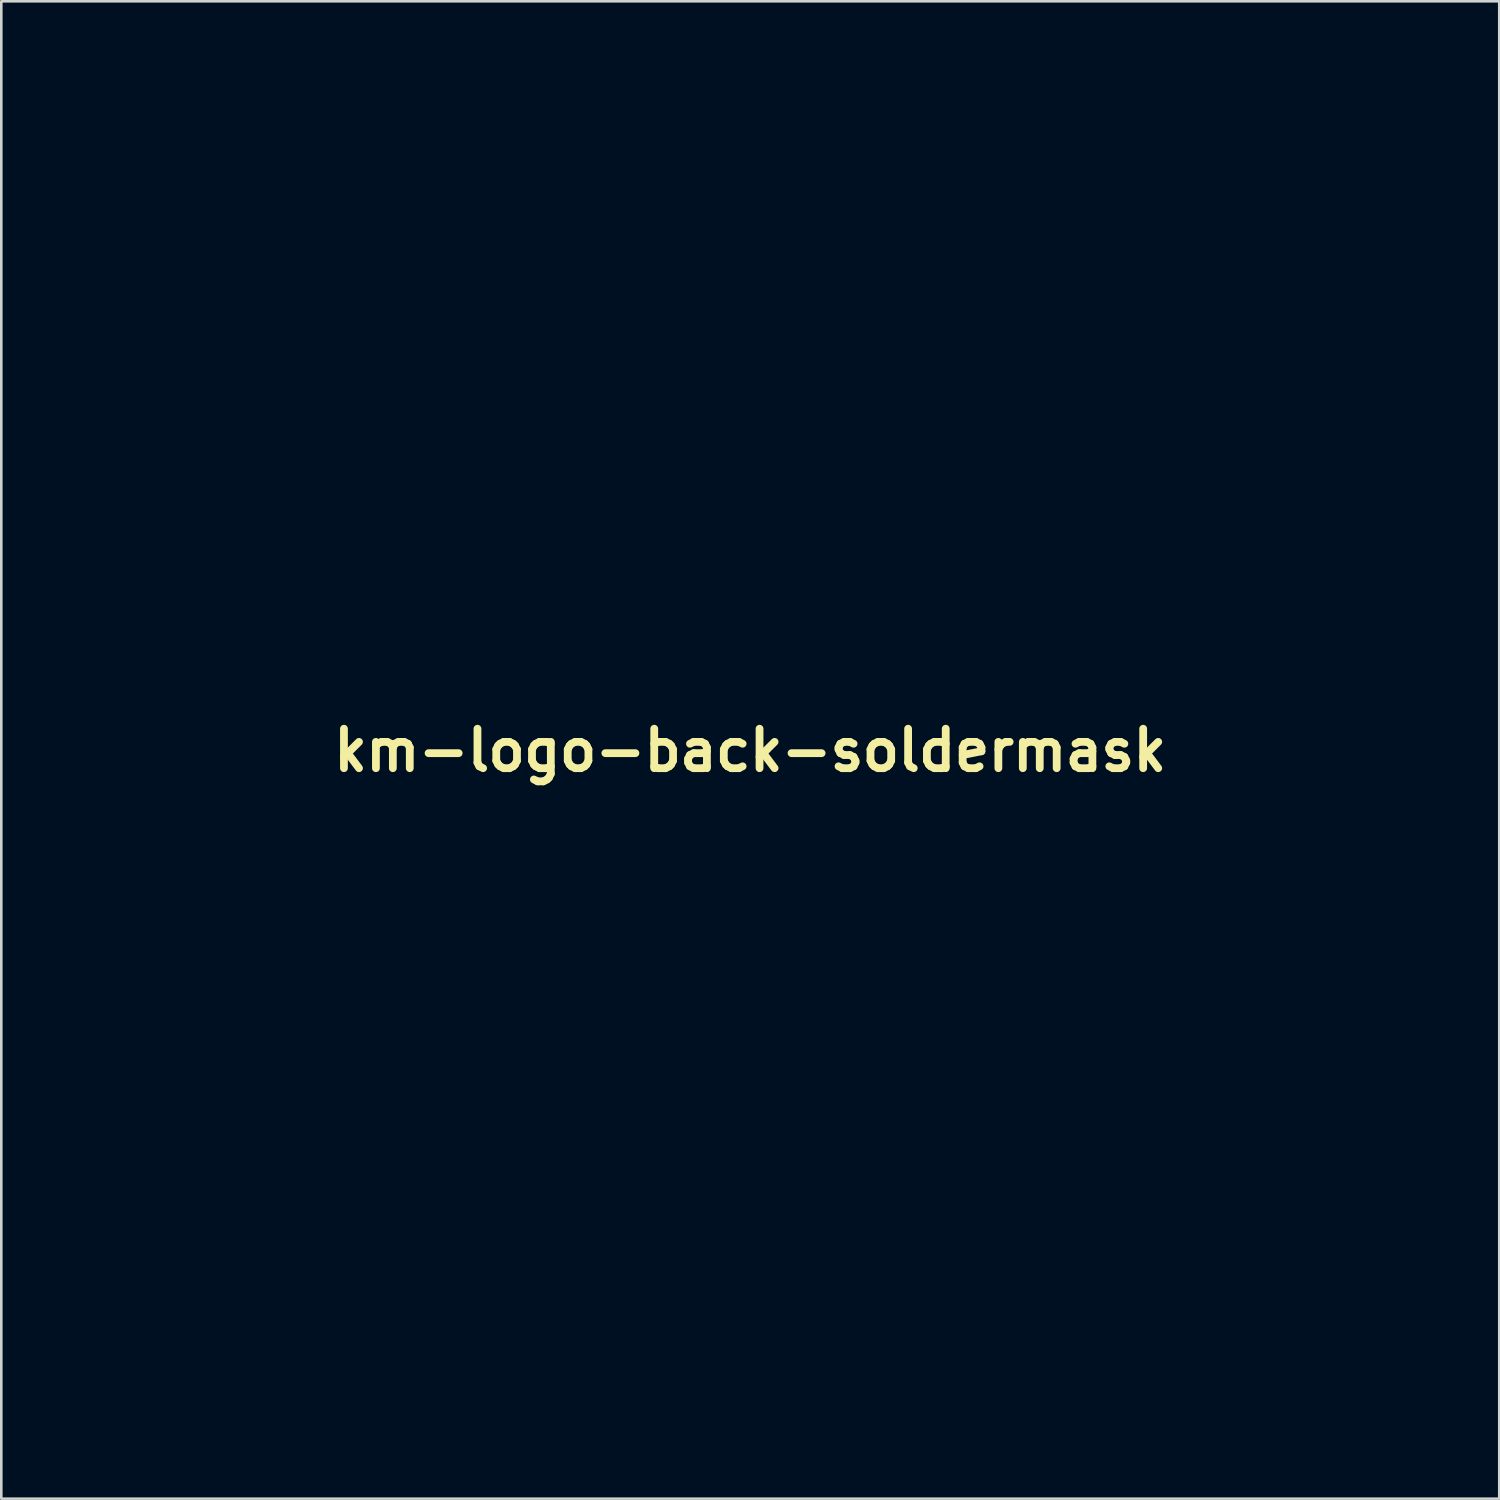
<source format=kicad_pcb>
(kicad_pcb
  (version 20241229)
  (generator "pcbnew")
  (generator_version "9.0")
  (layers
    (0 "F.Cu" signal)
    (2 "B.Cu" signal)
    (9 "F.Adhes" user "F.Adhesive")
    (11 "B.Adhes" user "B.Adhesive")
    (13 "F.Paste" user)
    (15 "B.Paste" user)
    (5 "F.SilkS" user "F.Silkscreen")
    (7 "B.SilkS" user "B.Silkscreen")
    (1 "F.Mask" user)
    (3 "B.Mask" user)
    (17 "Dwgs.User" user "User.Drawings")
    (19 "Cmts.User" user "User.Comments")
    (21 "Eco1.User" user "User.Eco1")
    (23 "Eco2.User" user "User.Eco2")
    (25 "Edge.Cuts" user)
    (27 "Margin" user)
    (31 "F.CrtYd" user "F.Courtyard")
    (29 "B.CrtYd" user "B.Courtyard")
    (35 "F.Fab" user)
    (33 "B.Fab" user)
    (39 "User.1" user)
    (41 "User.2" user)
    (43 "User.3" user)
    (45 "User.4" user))
  (footprint "km-logo-back-soldermask"
    (layer "F.Cu")
    (at 25.899 25.906)
    (property "Reference" "km-logo-back-soldermask" (at 0 0 0) (layer "F.SilkS") (effects (font (size 1.524 1.524) (thickness 0.3))))
    (attr through_hole)
    (fp_poly (pts (xy 17.992 -10.353) (xy 18.012 -6.891) (xy 18.032 -3.429) (xy 17.208 -2.963) (xy 16.809 -2.737) (xy 16.404 -2.507) (xy 16.051 -2.306) (xy 15.886 -2.211) (xy 15.387 -1.925) (xy 15.441 -2.465) (xy 15.461 -2.759) (xy 15.479 -3.174) (xy 15.493 -3.664) (xy 15.503 -4.181) (xy 15.507 -4.678) (xy 15.504 -5.106) (xy 15.501 -5.261) (xy 15.439 -5.459) (xy 15.3 -5.552) (xy 15.135 -5.513) (xy 15.095 -5.48) (xy 15.034 -5.352) (xy 14.974 -5.088) (xy 14.915 -4.68) (xy 14.855 -4.122) (xy 14.794 -3.404) (xy 14.771 -3.107) (xy 14.741 -2.78) (xy 14.706 -2.532) (xy 14.672 -2.399) (xy 14.659 -2.387) (xy 14.568 -2.432) (xy 14.352 -2.541) (xy 14.035 -2.7) (xy 13.645 -2.898) (xy 13.276 -3.085) (xy 12.788 -3.33) (xy 12.427 -3.503) (xy 12.172 -3.613) (xy 12 -3.668) (xy 11.89 -3.677) (xy 11.82 -3.648) (xy 11.817 -3.646) (xy 11.718 -3.544) (xy 11.68 -3.44) (xy 11.717 -3.325) (xy 11.841 -3.188) (xy 12.063 -3.02) (xy 12.396 -2.809) (xy 12.853 -2.546) (xy 13.445 -2.22) (xy 13.652 -2.108) (xy 14.018 -1.907) (xy 14.323 -1.733) (xy 14.54 -1.603) (xy 14.64 -1.532) (xy 14.644 -1.526) (xy 14.573 -1.467) (xy 14.382 -1.344) (xy 14.1 -1.176) (xy 13.758 -0.977) (xy 13.385 -0.765) (xy 13.01 -0.557) (xy 12.663 -0.368) (xy 12.373 -0.216) (xy 12.171 -0.118) (xy 12.088 -0.089) (xy 11.994 -0.131) (xy 11.769 -0.25) (xy 11.432 -0.436) (xy 10.997 -0.681) (xy 10.482 -0.974) (xy 9.902 -1.308) (xy 9.275 -1.672) (xy 9.102 -1.773) (xy 6.223 -3.452) (xy 6.201 -6.924) (xy 6.179 -10.396) (xy 7.44 -11.125) (xy 7.858 -11.364) (xy 8.226 -11.569) (xy 8.518 -11.729) (xy 8.71 -11.827) (xy 8.775 -11.853) (xy 8.855 -11.785) (xy 8.977 -11.612) (xy 9.048 -11.493) (xy 9.253 -11.138) (xy 9.477 -10.775) (xy 9.699 -10.436) (xy 9.898 -10.151) (xy 10.052 -9.951) (xy 10.139 -9.868) (xy 10.335 -9.863) (xy 10.47 -9.984) (xy 10.496 -10.106) (xy 10.451 -10.279) (xy 10.327 -10.571) (xy 10.135 -10.957) (xy 9.887 -11.414) (xy 9.627 -11.863) (xy 9.396 -12.253) (xy 10.392 -12.827) (xy 10.794 -13.058) (xy 11.174 -13.278) (xy 11.494 -13.462) (xy 11.711 -13.587) (xy 11.728 -13.597) (xy 12.067 -13.793) (xy 17.992 -10.353)) (stroke (width 0.01) (type solid)) (fill yes) (layer "B.Mask"))
    (fp_poly (pts (xy -6.088 -25.906) (xy -4.111 -25.905) (xy -1.976 -25.905) (xy 0 -25.905) (xy 2.276 -25.905) (xy 4.388 -25.905) (xy 6.344 -25.906) (xy 8.15 -25.906) (xy 9.812 -25.905) (xy 11.336 -25.904) (xy 12.728 -25.903) (xy 13.996 -25.901) (xy 15.144 -25.898) (xy 16.181 -25.893) (xy 17.111 -25.888) (xy 17.942 -25.881) (xy 18.679 -25.872) (xy 19.329 -25.862) (xy 19.898 -25.85) (xy 20.393 -25.835) (xy 20.82 -25.819) (xy 21.184 -25.8) (xy 21.494 -25.779) (xy 21.754 -25.755) (xy 21.972 -25.729) (xy 22.153 -25.699) (xy 22.304 -25.666) (xy 22.431 -25.63) (xy 22.54 -25.591) (xy 22.638 -25.548) (xy 22.732 -25.501) (xy 22.827 -25.451) (xy 22.929 -25.396) (xy 23.029 -25.346) (xy 23.422 -25.128) (xy 23.789 -24.863) (xy 24.18 -24.512) (xy 24.345 -24.35) (xy 24.865 -23.772) (xy 25.254 -23.205) (xy 25.541 -22.599) (xy 25.741 -21.963) (xy 25.758 -21.891) (xy 25.775 -21.816) (xy 25.79 -21.73) (xy 25.804 -21.627) (xy 25.816 -21.501) (xy 25.828 -21.345) (xy 25.839 -21.153) (xy 25.848 -20.919) (xy 25.857 -20.637) (xy 25.865 -20.299) (xy 25.872 -19.9) (xy 25.878 -19.434) (xy 25.884 -18.893) (xy 25.888 -18.272) (xy 25.892 -17.564) (xy 25.896 -16.763) (xy 25.899 -15.862) (xy 25.901 -14.856) (xy 25.903 -13.738) (xy 25.905 -12.501) (xy 25.906 -11.139) (xy 25.907 -9.646) (xy 25.907 -8.015) (xy 25.908 -6.24) (xy 25.908 -4.315) (xy 25.908 -2.234) (xy 25.908 0) (xy 25.908 2.244) (xy 25.908 4.324) (xy 25.908 6.248) (xy 25.907 8.022) (xy 25.907 9.651) (xy 25.906 11.144) (xy 25.905 12.505) (xy 25.903 13.741) (xy 25.901 14.858) (xy 25.899 15.864) (xy 25.896 16.764) (xy 25.893 17.564) (xy 25.889 18.271) (xy 25.884 18.892) (xy 25.878 19.432) (xy 25.872 19.899) (xy 25.865 20.297) (xy 25.858 20.635) (xy 25.849 20.917) (xy 25.839 21.151) (xy 25.828 21.343) (xy 25.817 21.499) (xy 25.804 21.625) (xy 25.79 21.728) (xy 25.775 21.815) (xy 25.758 21.891) (xy 25.741 21.963) (xy 25.738 21.972) (xy 25.431 22.868) (xy 24.992 23.659) (xy 24.419 24.348) (xy 23.712 24.938) (xy 22.867 25.429) (xy 22.271 25.686) (xy 21.802 25.866) (xy 0.212 25.878) (xy -1.693 25.879) (xy -3.555 25.879) (xy -5.368 25.879) (xy -7.124 25.878) (xy -8.815 25.877) (xy -10.436 25.875) (xy -11.978 25.873) (xy -13.434 25.871) (xy -14.796 25.868) (xy -16.059 25.864) (xy -17.214 25.86) (xy -18.254 25.856) (xy -19.172 25.852) (xy -19.961 25.847) (xy -20.613 25.842) (xy -21.122 25.837) (xy -21.479 25.831) (xy -21.678 25.825) (xy -21.717 25.822) (xy -22.576 25.564) (xy -23.376 25.158) (xy -24.101 24.619) (xy -24.732 23.964) (xy -25.252 23.208) (xy -25.642 22.368) (xy -25.677 22.267) (xy -25.866 21.717) (xy -25.888 0.274) (xy -25.89 -2.016) (xy -25.893 -4.142) (xy -25.895 -6.113) (xy -25.896 -6.682) (xy -22.606 -6.682) (xy -22.606 -4.897) (xy -22.605 -3.274) (xy -22.604 -1.807) (xy -22.602 -0.489) (xy -22.599 0.687) (xy -22.595 1.727) (xy -22.591 2.638) (xy -22.586 3.427) (xy -22.58 4.101) (xy -22.573 4.666) (xy -22.565 5.129) (xy -22.556 5.497) (xy -22.546 5.776) (xy -22.534 5.974) (xy -22.521 6.097) (xy -22.507 6.151) (xy -22.5 6.155) (xy -22.411 6.106) (xy -22.187 5.98) (xy -21.841 5.783) (xy -21.386 5.522) (xy -20.833 5.205) (xy -20.195 4.838) (xy -19.485 4.43) (xy -18.715 3.986) (xy -17.897 3.513) (xy -17.484 3.275) (xy -12.573 0.438) (xy -12.516 -0.462) (xy -12.344 -1.888) (xy -12.013 -3.265) (xy -11.53 -4.583) (xy -10.902 -5.832) (xy -10.134 -7.002) (xy -9.235 -8.082) (xy -8.209 -9.063) (xy -7.063 -9.933) (xy -6.23 -10.45) (xy -5.344 -10.892) (xy -4.35 -11.281) (xy -3.304 -11.597) (xy -2.265 -11.82) (xy -2.032 -11.856) (xy -1.501 -11.91) (xy -0.861 -11.937) (xy -0.168 -11.94) (xy 0.523 -11.919) (xy 1.155 -11.875) (xy 1.651 -11.812) (xy 2.259 -11.684) (xy 2.943 -11.502) (xy 3.642 -11.285) (xy 4.295 -11.051) (xy 4.843 -10.82) (xy 4.853 -10.815) (xy 5.43 -10.541) (xy 3.117 -9.211) (xy 2.437 -8.816) (xy 1.866 -8.476) (xy 1.413 -8.196) (xy 1.085 -7.982) (xy 0.891 -7.838) (xy 0.837 -7.772) (xy 0.951 -7.35) (xy 0.993 -7.059) (xy 0.967 -6.873) (xy 0.934 -6.819) (xy 0.762 -6.702) (xy 0.559 -6.739) (xy 0.317 -6.933) (xy 0.223 -7.037) (xy -0.074 -7.384) (xy -1.752 -6.431) (xy -2.236 -6.155) (xy -2.671 -5.906) (xy -3.035 -5.695) (xy -3.307 -5.536) (xy -3.465 -5.441) (xy -3.494 -5.421) (xy -3.459 -5.345) (xy -3.348 -5.135) (xy -3.168 -4.806) (xy -2.927 -4.372) (xy -2.632 -3.846) (xy -2.292 -3.242) (xy -1.915 -2.574) (xy -1.508 -1.856) (xy -1.079 -1.101) (xy -0.636 -0.323) (xy -0.187 0.465) (xy 0.26 1.247) (xy 0.698 2.012) (xy 1.118 2.744) (xy 1.513 3.43) (xy 1.875 4.057) (xy 2.197 4.611) (xy 2.469 5.077) (xy 2.685 5.443) (xy 2.836 5.694) (xy 2.915 5.817) (xy 2.919 5.822) (xy 2.992 5.787) (xy 3.187 5.681) (xy 3.478 5.517) (xy 3.841 5.311) (xy 4.25 5.077) (xy 4.682 4.828) (xy 5.11 4.58) (xy 5.511 4.346) (xy 5.86 4.141) (xy 6.131 3.979) (xy 6.3 3.875) (xy 6.344 3.844) (xy 6.339 3.75) (xy 6.287 3.55) (xy 6.236 3.4) (xy 6.144 3.058) (xy 6.163 2.828) (xy 6.296 2.69) (xy 6.367 2.662) (xy 6.507 2.665) (xy 6.686 2.77) (xy 6.904 2.967) (xy 7.27 3.326) (xy 9.371 2.114) (xy 9.922 1.796) (xy 10.433 1.499) (xy 10.884 1.237) (xy 11.254 1.021) (xy 11.522 0.864) (xy 11.667 0.777) (xy 11.677 0.771) (xy 11.881 0.64) (xy 11.821 1.356) (xy 11.689 2.392) (xy 11.463 3.39) (xy 11.129 4.394) (xy 10.676 5.449) (xy 10.582 5.645) (xy 9.897 6.86) (xy 9.078 7.981) (xy 8.136 9) (xy 7.083 9.906) (xy 5.931 10.691) (xy 4.692 11.346) (xy 3.377 11.861) (xy 2.113 12.202) (xy 1.521 12.299) (xy 0.822 12.366) (xy 0.061 12.402) (xy -0.713 12.407) (xy -1.452 12.38) (xy -2.111 12.321) (xy -2.54 12.252) (xy -3.649 11.973) (xy -4.726 11.609) (xy -5.707 11.183) (xy -5.791 11.141) (xy -6.645 10.708) (xy -14.583 15.279) (xy -15.843 16.005) (xy -16.965 16.651) (xy -17.955 17.224) (xy -18.822 17.726) (xy -19.573 18.163) (xy -20.217 18.539) (xy -20.761 18.86) (xy -21.213 19.13) (xy -21.581 19.354) (xy -21.873 19.536) (xy -22.097 19.682) (xy -22.26 19.796) (xy -22.371 19.882) (xy -22.437 19.946) (xy -22.467 19.991) (xy -22.469 20.021) (xy -22.172 20.711) (xy -21.736 21.33) (xy -21.18 21.856) (xy -20.527 22.266) (xy -20.115 22.44) (xy -20.063 22.457) (xy -19.999 22.473) (xy -19.917 22.487) (xy -19.81 22.5) (xy -19.672 22.512) (xy -19.496 22.523) (xy -19.277 22.533) (xy -19.006 22.542) (xy -18.678 22.55) (xy -18.286 22.558) (xy -17.824 22.564) (xy -17.285 22.57) (xy -16.663 22.575) (xy -15.95 22.579) (xy -15.141 22.583) (xy -14.229 22.586) (xy -13.207 22.589) (xy -12.069 22.591) (xy -10.808 22.593) (xy -9.418 22.595) (xy -7.892 22.596) (xy -6.224 22.597) (xy -4.407 22.598) (xy -2.434 22.599) (xy -0.3 22.6) (xy -0.025 22.6) (xy 19.635 22.606) (xy 20.18 22.408) (xy 20.899 22.062) (xy 21.508 21.587) (xy 22 20.994) (xy 22.366 20.291) (xy 22.408 20.18) (xy 22.606 19.635) (xy 22.606 0.009) (xy 22.606 -2.142) (xy 22.606 -4.13) (xy 22.606 -5.962) (xy 22.605 -7.644) (xy 22.604 -9.184) (xy 22.603 -10.586) (xy 22.602 -11.859) (xy 22.6 -13.009) (xy 22.598 -14.042) (xy 22.595 -14.965) (xy 22.592 -15.784) (xy 22.588 -16.506) (xy 22.583 -17.137) (xy 22.578 -17.685) (xy 22.572 -18.155) (xy 22.565 -18.555) (xy 22.557 -18.89) (xy 22.548 -19.168) (xy 22.538 -19.395) (xy 22.527 -19.577) (xy 22.515 -19.722) (xy 22.502 -19.835) (xy 22.488 -19.923) (xy 22.473 -19.993) (xy 22.456 -20.052) (xy 22.445 -20.083) (xy 22.192 -20.667) (xy 21.847 -21.177) (xy 21.45 -21.598) (xy 21.015 -21.971) (xy 20.598 -22.234) (xy 20.136 -22.425) (xy 19.987 -22.471) (xy 19.925 -22.486) (xy 19.84 -22.5) (xy 19.725 -22.512) (xy 19.575 -22.524) (xy 19.382 -22.535) (xy 19.14 -22.544) (xy 18.843 -22.553) (xy 18.483 -22.561) (xy 18.056 -22.568) (xy 17.554 -22.575) (xy 16.97 -22.58) (xy 16.298 -22.585) (xy 15.533 -22.589) (xy 14.666 -22.593) (xy 13.693 -22.596) (xy 12.605 -22.599) (xy 11.398 -22.601) (xy 10.063 -22.603) (xy 8.596 -22.604) (xy 6.989 -22.605) (xy 5.236 -22.605) (xy 3.33 -22.606) (xy 1.266 -22.606) (xy -0.018 -22.606) (xy -2.163 -22.606) (xy -4.144 -22.606) (xy -5.97 -22.606) (xy -7.646 -22.605) (xy -9.18 -22.605) (xy -10.577 -22.604) (xy -11.844 -22.603) (xy -12.988 -22.601) (xy -14.016 -22.599) (xy -14.934 -22.596) (xy -15.748 -22.593) (xy -16.466 -22.589) (xy -17.094 -22.585) (xy -17.638 -22.58) (xy -18.106 -22.573) (xy -18.503 -22.567) (xy -18.837 -22.559) (xy -19.113 -22.55) (xy -19.339 -22.54) (xy -19.522 -22.529) (xy -19.667 -22.517) (xy -19.781 -22.504) (xy -19.872 -22.489) (xy -19.945 -22.473) (xy -20.007 -22.456) (xy -20.065 -22.437) (xy -20.083 -22.431) (xy -20.794 -22.105) (xy -21.414 -21.644) (xy -21.926 -21.068) (xy -22.311 -20.394) (xy -22.43 -20.086) (xy -22.453 -20.015) (xy -22.475 -19.941) (xy -22.494 -19.857) (xy -22.511 -19.754) (xy -22.527 -19.624) (xy -22.54 -19.459) (xy -22.552 -19.251) (xy -22.563 -18.991) (xy -22.572 -18.671) (xy -22.579 -18.283) (xy -22.586 -17.819) (xy -22.591 -17.27) (xy -22.595 -16.629) (xy -22.599 -15.886) (xy -22.601 -15.034) (xy -22.603 -14.064) (xy -22.605 -12.968) (xy -22.605 -11.738) (xy -22.606 -10.366) (xy -22.606 -8.844) (xy -22.606 -7.162) (xy -22.606 -6.682) (xy -25.896 -6.682) (xy -25.897 -7.932) (xy -25.898 -9.608) (xy -25.899 -11.145) (xy -25.899 -12.551) (xy -25.898 -13.832) (xy -25.896 -14.993) (xy -25.893 -16.042) (xy -25.889 -16.985) (xy -25.883 -17.827) (xy -25.875 -18.575) (xy -25.865 -19.236) (xy -25.854 -19.815) (xy -25.84 -20.319) (xy -25.825 -20.755) (xy -25.807 -21.128) (xy -25.786 -21.445) (xy -25.763 -21.712) (xy -25.736 -21.935) (xy -25.707 -22.121) (xy -25.675 -22.276) (xy -25.639 -22.407) (xy -25.601 -22.519) (xy -25.558 -22.618) (xy -25.512 -22.712) (xy -25.462 -22.806) (xy -25.408 -22.907) (xy -25.35 -23.021) (xy -25.346 -23.029) (xy -24.985 -23.621) (xy -24.504 -24.204) (xy -23.945 -24.734) (xy -23.352 -25.166) (xy -23.029 -25.346) (xy -22.915 -25.404) (xy -22.813 -25.458) (xy -22.719 -25.508) (xy -22.625 -25.554) (xy -22.526 -25.596) (xy -22.414 -25.635) (xy -22.285 -25.671) (xy -22.13 -25.703) (xy -21.944 -25.732) (xy -21.721 -25.759) (xy -21.455 -25.782) (xy -21.138 -25.803) (xy -20.765 -25.821) (xy -20.33 -25.837) (xy -19.825 -25.851) (xy -19.245 -25.863) (xy -18.584 -25.873) (xy -17.834 -25.882) (xy -16.991 -25.888) (xy -16.046 -25.894) (xy -14.995 -25.898) (xy -13.831 -25.901) (xy -12.546 -25.903) (xy -11.136 -25.905) (xy -9.594 -25.905) (xy -7.913 -25.906) (xy -6.088 -25.906)) (stroke (width 0) (type solid)) (fill yes) (layer "B.Mask")))
  (gr_rect
    (start -3 -3)
    (end 54.807 54.785)
    (stroke (width 0.1) (type default))
    (fill no)
    (layer "Edge.Cuts")))
</source>
